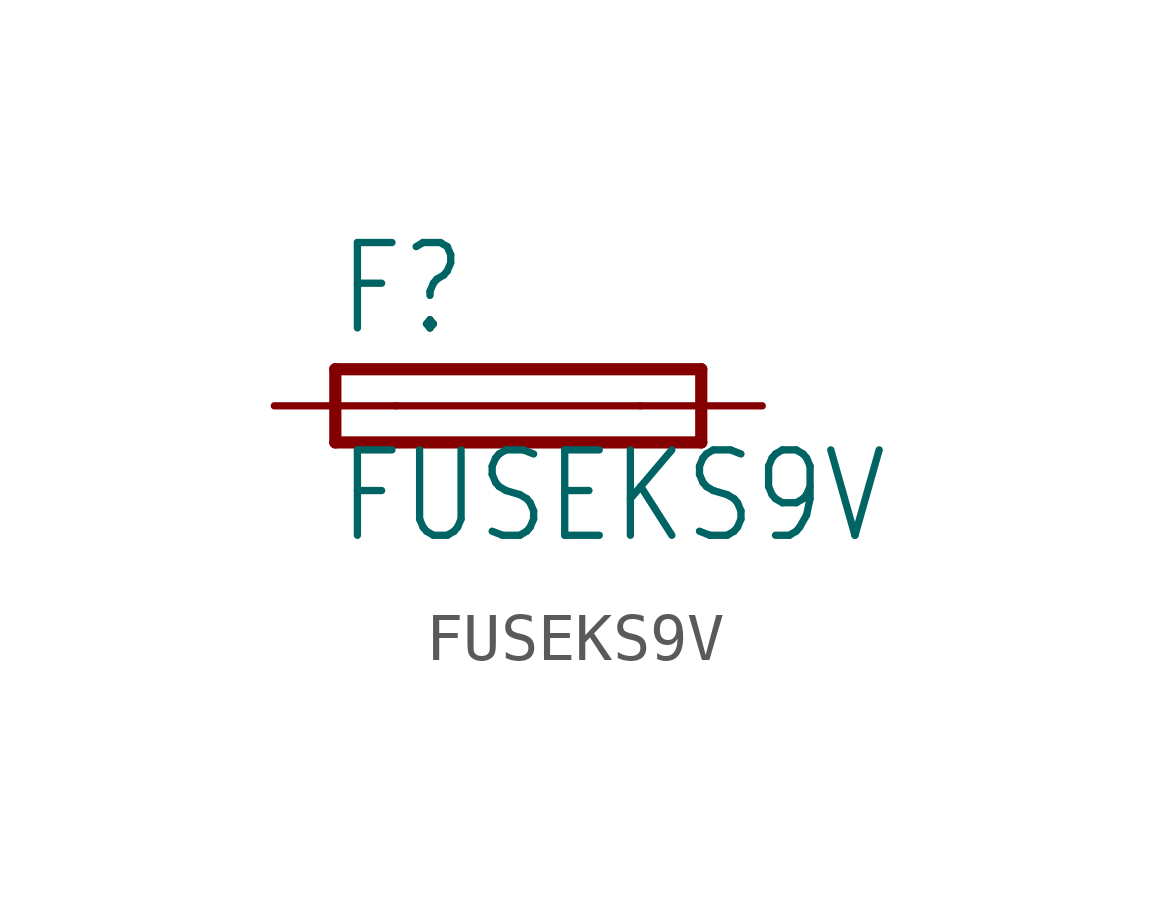
<source format=kicad_sym>
(kicad_symbol_lib
  (version 20200126)
  (host kicad_symbol_editor "5.99.0-unknown-aa7ce74~88~ubuntu18.04.1")
  (symbol "FUSEKS9V"
    (property "Reference" "F"
      (at -3.81 1.397 0)
      (effects (font (size 1.778 1.511)) (justify left bottom)))
    (property "Value" "FUSEKS9V"
      (at -3.81 -2.921 0)
      (effects (font (size 1.778 1.511)) (justify left bottom)))
    (property "ki_locked" ""
      (at 0 0 0)
      (effects (font (size 1.27 1.27))))
    (symbol "FUSEKS9V_1_0"
      (polyline (pts (xy -3.81 -0.762) (xy 3.81 -0.762)) (stroke (width 0.254)) (fill (type none)))
      (polyline (pts (xy 3.81 0.762) (xy -3.81 0.762)) (stroke (width 0.254)) (fill (type none)))
      (polyline (pts (xy 3.81 -0.762) (xy 3.81 0.762)) (stroke (width 0.254)) (fill (type none)))
      (polyline (pts (xy -3.81 0.762) (xy -3.81 -0.762)) (stroke (width 0.254)) (fill (type none)))
      (polyline (pts (xy -2.54 0) (xy 2.54 0)) (stroke (width 0.152)) (fill (type none)))
      (pin passive line (at 5.08 0 180) (length 2.54) (name "2" (effects (font (size 0 0)))) (number "2" (effects (font (size 0 0)))))
      (pin passive line (at -5.08 0 0) (length 2.54) (name "1" (effects (font (size 0 0)))) (number "1" (effects (font (size 0 0))))))))
</source>
